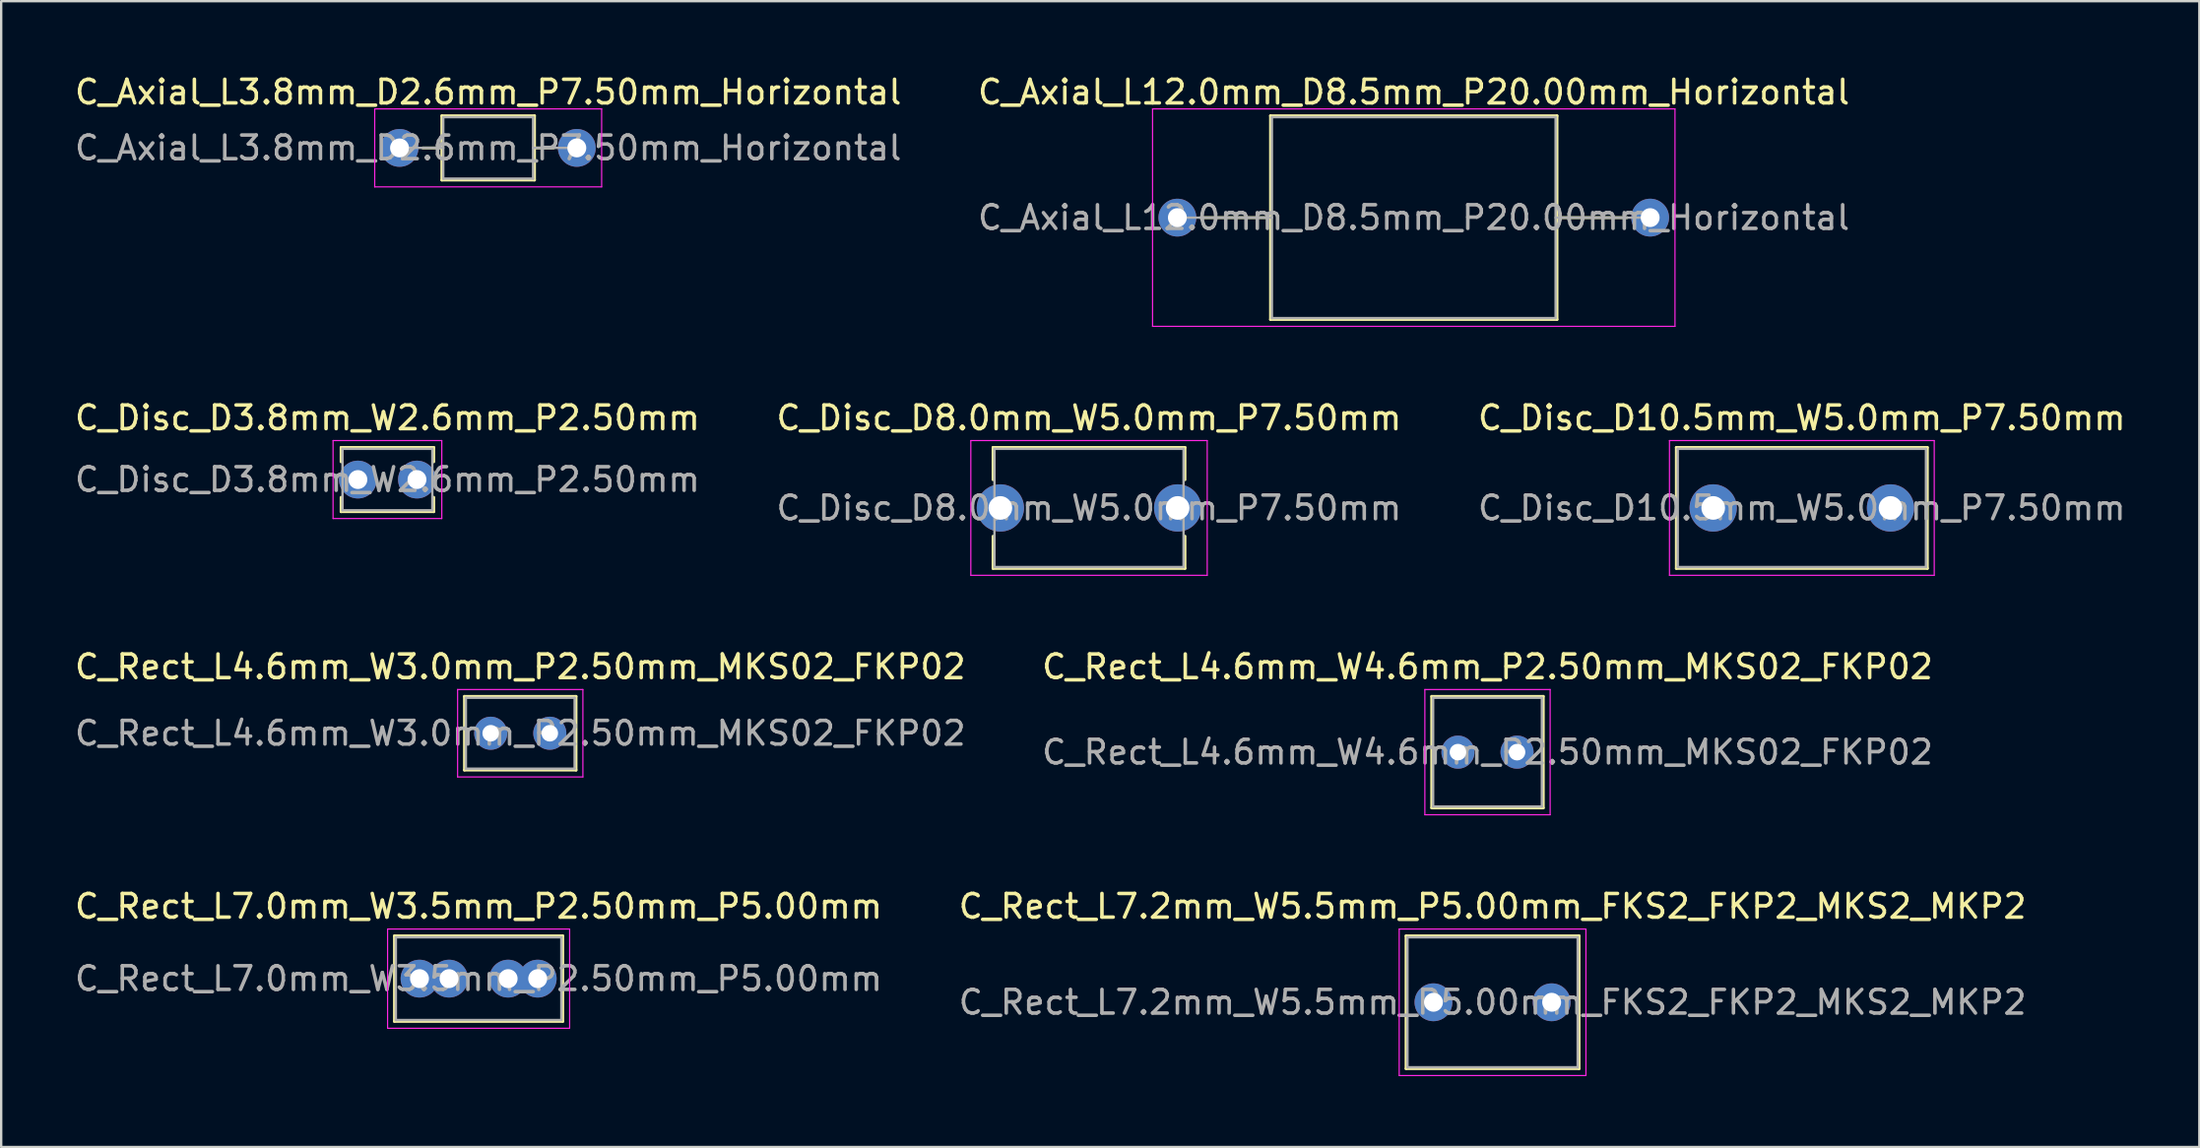
<source format=kicad_pcb>
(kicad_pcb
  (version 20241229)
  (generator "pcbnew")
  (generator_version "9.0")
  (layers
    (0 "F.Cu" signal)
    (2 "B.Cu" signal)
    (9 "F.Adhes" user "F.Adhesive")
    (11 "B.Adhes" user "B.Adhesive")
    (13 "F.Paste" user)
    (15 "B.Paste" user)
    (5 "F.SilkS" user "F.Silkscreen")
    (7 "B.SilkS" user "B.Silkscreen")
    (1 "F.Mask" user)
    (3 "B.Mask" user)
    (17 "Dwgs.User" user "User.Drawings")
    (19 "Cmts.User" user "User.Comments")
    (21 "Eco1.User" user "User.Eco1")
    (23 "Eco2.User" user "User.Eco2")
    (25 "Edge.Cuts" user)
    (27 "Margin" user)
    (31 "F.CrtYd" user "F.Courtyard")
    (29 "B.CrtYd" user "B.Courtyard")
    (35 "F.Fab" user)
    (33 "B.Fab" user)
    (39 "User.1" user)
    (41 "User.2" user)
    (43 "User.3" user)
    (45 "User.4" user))
  (footprint "C_Axial_L12.0mm_D8.5mm_P20.00mm_Horizontal"
    (layer "F.Cu")
    (at 46.756 6.158)
    (property "Reference" "C_Axial_L12.0mm_D8.5mm_P20.00mm_Horizontal" (at 10 -5.31 0) (layer "F.SilkS") (effects (font (size 1 1) (thickness 0.15))))
    (attr through_hole)
    (fp_line (start 0.98 0) (end 3.94 0) (stroke (width 0.12) (type solid)) (layer "F.SilkS"))
    (fp_line (start 3.94 -4.31) (end 3.94 4.31) (stroke (width 0.12) (type solid)) (layer "F.SilkS"))
    (fp_line (start 3.94 4.31) (end 16.06 4.31) (stroke (width 0.12) (type solid)) (layer "F.SilkS"))
    (fp_line (start 16.06 -4.31) (end 3.94 -4.31) (stroke (width 0.12) (type solid)) (layer "F.SilkS"))
    (fp_line (start 16.06 4.31) (end 16.06 -4.31) (stroke (width 0.12) (type solid)) (layer "F.SilkS"))
    (fp_line (start 19.02 0) (end 16.06 0) (stroke (width 0.12) (type solid)) (layer "F.SilkS"))
    (fp_line (start -1.05 -4.6) (end -1.05 4.6) (stroke (width 0.05) (type solid)) (layer "F.CrtYd"))
    (fp_line (start -1.05 4.6) (end 21.05 4.6) (stroke (width 0.05) (type solid)) (layer "F.CrtYd"))
    (fp_line (start 21.05 -4.6) (end -1.05 -4.6) (stroke (width 0.05) (type solid)) (layer "F.CrtYd"))
    (fp_line (start 21.05 4.6) (end 21.05 -4.6) (stroke (width 0.05) (type solid)) (layer "F.CrtYd"))
    (fp_line (start 0 0) (end 4 0) (stroke (width 0.1) (type solid)) (layer "F.Fab"))
    (fp_line (start 4 -4.25) (end 4 4.25) (stroke (width 0.1) (type solid)) (layer "F.Fab"))
    (fp_line (start 4 4.25) (end 16 4.25) (stroke (width 0.1) (type solid)) (layer "F.Fab"))
    (fp_line (start 16 -4.25) (end 4 -4.25) (stroke (width 0.1) (type solid)) (layer "F.Fab"))
    (fp_line (start 16 4.25) (end 16 -4.25) (stroke (width 0.1) (type solid)) (layer "F.Fab"))
    (fp_line (start 20 0) (end 16 0) (stroke (width 0.1) (type solid)) (layer "F.Fab"))
    (fp_text user "${REFERENCE}" (at 10 0 0) (layer "F.Fab") (effects (font (size 1 1) (thickness 0.15))))
    (pad "1" thru_hole circle (at 0 0) (size 1.6 1.6) (drill 0.8) (layers "*.Cu" "*.Mask"))
    (pad "2" thru_hole oval (at 20 0) (size 1.6 1.6) (drill 0.8) (layers "*.Cu" "*.Mask")))
  (footprint "C_Rect_L4.6mm_W3.0mm_P2.50mm_MKS02_FKP02"
    (layer "F.Cu")
    (at 17.708 27.975)
    (property "Reference" "C_Rect_L4.6mm_W3.0mm_P2.50mm_MKS02_FKP02" (at 1.25 -2.81 0) (layer "F.SilkS") (effects (font (size 1 1) (thickness 0.15))))
    (attr through_hole)
    (fp_line (start -1.11 -1.56) (end -1.11 1.56) (stroke (width 0.12) (type solid)) (layer "F.SilkS"))
    (fp_line (start -1.11 -1.56) (end 3.61 -1.56) (stroke (width 0.12) (type solid)) (layer "F.SilkS"))
    (fp_line (start -1.11 1.56) (end 3.61 1.56) (stroke (width 0.12) (type solid)) (layer "F.SilkS"))
    (fp_line (start 3.61 -1.56) (end 3.61 1.56) (stroke (width 0.12) (type solid)) (layer "F.SilkS"))
    (fp_line (start -1.4 -1.85) (end -1.4 1.85) (stroke (width 0.05) (type solid)) (layer "F.CrtYd"))
    (fp_line (start -1.4 1.85) (end 3.9 1.85) (stroke (width 0.05) (type solid)) (layer "F.CrtYd"))
    (fp_line (start 3.9 -1.85) (end -1.4 -1.85) (stroke (width 0.05) (type solid)) (layer "F.CrtYd"))
    (fp_line (start 3.9 1.85) (end 3.9 -1.85) (stroke (width 0.05) (type solid)) (layer "F.CrtYd"))
    (fp_line (start -1.05 -1.5) (end -1.05 1.5) (stroke (width 0.1) (type solid)) (layer "F.Fab"))
    (fp_line (start -1.05 1.5) (end 3.55 1.5) (stroke (width 0.1) (type solid)) (layer "F.Fab"))
    (fp_line (start 3.55 -1.5) (end -1.05 -1.5) (stroke (width 0.1) (type solid)) (layer "F.Fab"))
    (fp_line (start 3.55 1.5) (end 3.55 -1.5) (stroke (width 0.1) (type solid)) (layer "F.Fab"))
    (fp_text user "${REFERENCE}" (at 1.25 0 0) (layer "F.Fab") (effects (font (size 1 1) (thickness 0.15))))
    (pad "1" thru_hole circle (at 0 0) (size 1.4 1.4) (drill 0.7) (layers "*.Cu" "*.Mask"))
    (pad "2" thru_hole circle (at 2.5 0) (size 1.4 1.4) (drill 0.7) (layers "*.Cu" "*.Mask")))
  (footprint "C_Rect_L7.2mm_W5.5mm_P5.00mm_FKS2_FKP2_MKS2_MKP2"
    (layer "F.Cu")
    (at 57.589 39.358)
    (property "Reference" "C_Rect_L7.2mm_W5.5mm_P5.00mm_FKS2_FKP2_MKS2_MKP2" (at 2.5 -4.06 0) (layer "F.SilkS") (effects (font (size 1 1) (thickness 0.15))))
    (attr through_hole)
    (fp_line (start -1.16 -2.81) (end -1.16 2.81) (stroke (width 0.12) (type solid)) (layer "F.SilkS"))
    (fp_line (start -1.16 -2.81) (end 6.16 -2.81) (stroke (width 0.12) (type solid)) (layer "F.SilkS"))
    (fp_line (start -1.16 2.81) (end 6.16 2.81) (stroke (width 0.12) (type solid)) (layer "F.SilkS"))
    (fp_line (start 6.16 -2.81) (end 6.16 2.81) (stroke (width 0.12) (type solid)) (layer "F.SilkS"))
    (fp_line (start -1.45 -3.1) (end -1.45 3.1) (stroke (width 0.05) (type solid)) (layer "F.CrtYd"))
    (fp_line (start -1.45 3.1) (end 6.45 3.1) (stroke (width 0.05) (type solid)) (layer "F.CrtYd"))
    (fp_line (start 6.45 -3.1) (end -1.45 -3.1) (stroke (width 0.05) (type solid)) (layer "F.CrtYd"))
    (fp_line (start 6.45 3.1) (end 6.45 -3.1) (stroke (width 0.05) (type solid)) (layer "F.CrtYd"))
    (fp_line (start -1.1 -2.75) (end -1.1 2.75) (stroke (width 0.1) (type solid)) (layer "F.Fab"))
    (fp_line (start -1.1 2.75) (end 6.1 2.75) (stroke (width 0.1) (type solid)) (layer "F.Fab"))
    (fp_line (start 6.1 -2.75) (end -1.1 -2.75) (stroke (width 0.1) (type solid)) (layer "F.Fab"))
    (fp_line (start 6.1 2.75) (end 6.1 -2.75) (stroke (width 0.1) (type solid)) (layer "F.Fab"))
    (fp_text user "${REFERENCE}" (at 2.5 0 0) (layer "F.Fab") (effects (font (size 1 1) (thickness 0.15))))
    (pad "1" thru_hole circle (at 0 0) (size 1.6 1.6) (drill 0.8) (layers "*.Cu" "*.Mask"))
    (pad "2" thru_hole circle (at 5 0) (size 1.6 1.6) (drill 0.8) (layers "*.Cu" "*.Mask")))
  (footprint "C_Disc_D3.8mm_W2.6mm_P2.50mm"
    (layer "F.Cu")
    (at 12.089 17.241)
    (property "Reference" "C_Disc_D3.8mm_W2.6mm_P2.50mm" (at 1.25 -2.61 0) (layer "F.SilkS") (effects (font (size 1 1) (thickness 0.15))))
    (attr through_hole)
    (fp_line (start -0.71 -1.36) (end -0.71 -0.75) (stroke (width 0.12) (type solid)) (layer "F.SilkS"))
    (fp_line (start -0.71 -1.36) (end 3.21 -1.36) (stroke (width 0.12) (type solid)) (layer "F.SilkS"))
    (fp_line (start -0.71 0.75) (end -0.71 1.36) (stroke (width 0.12) (type solid)) (layer "F.SilkS"))
    (fp_line (start -0.71 1.36) (end 3.21 1.36) (stroke (width 0.12) (type solid)) (layer "F.SilkS"))
    (fp_line (start 3.21 -1.36) (end 3.21 -0.75) (stroke (width 0.12) (type solid)) (layer "F.SilkS"))
    (fp_line (start 3.21 0.75) (end 3.21 1.36) (stroke (width 0.12) (type solid)) (layer "F.SilkS"))
    (fp_line (start -1.05 -1.65) (end -1.05 1.65) (stroke (width 0.05) (type solid)) (layer "F.CrtYd"))
    (fp_line (start -1.05 1.65) (end 3.55 1.65) (stroke (width 0.05) (type solid)) (layer "F.CrtYd"))
    (fp_line (start 3.55 -1.65) (end -1.05 -1.65) (stroke (width 0.05) (type solid)) (layer "F.CrtYd"))
    (fp_line (start 3.55 1.65) (end 3.55 -1.65) (stroke (width 0.05) (type solid)) (layer "F.CrtYd"))
    (fp_line (start -0.65 -1.3) (end -0.65 1.3) (stroke (width 0.1) (type solid)) (layer "F.Fab"))
    (fp_line (start -0.65 1.3) (end 3.15 1.3) (stroke (width 0.1) (type solid)) (layer "F.Fab"))
    (fp_line (start 3.15 -1.3) (end -0.65 -1.3) (stroke (width 0.1) (type solid)) (layer "F.Fab"))
    (fp_line (start 3.15 1.3) (end 3.15 -1.3) (stroke (width 0.1) (type solid)) (layer "F.Fab"))
    (fp_text user "${REFERENCE}" (at 1.25 0 0) (layer "F.Fab") (effects (font (size 1 1) (thickness 0.15))))
    (pad "1" thru_hole circle (at 0 0) (size 1.6 1.6) (drill 0.8) (layers "*.Cu" "*.Mask"))
    (pad "2" thru_hole circle (at 2.5 0) (size 1.6 1.6) (drill 0.8) (layers "*.Cu" "*.Mask")))
  (footprint "C_Rect_L4.6mm_W4.6mm_P2.50mm_MKS02_FKP02"
    (layer "F.Cu")
    (at 58.625 28.775)
    (property "Reference" "C_Rect_L4.6mm_W4.6mm_P2.50mm_MKS02_FKP02" (at 1.25 -3.61 0) (layer "F.SilkS") (effects (font (size 1 1) (thickness 0.15))))
    (attr through_hole)
    (fp_line (start -1.11 -2.36) (end -1.11 2.36) (stroke (width 0.12) (type solid)) (layer "F.SilkS"))
    (fp_line (start -1.11 -2.36) (end 3.61 -2.36) (stroke (width 0.12) (type solid)) (layer "F.SilkS"))
    (fp_line (start -1.11 2.36) (end 3.61 2.36) (stroke (width 0.12) (type solid)) (layer "F.SilkS"))
    (fp_line (start 3.61 -2.36) (end 3.61 2.36) (stroke (width 0.12) (type solid)) (layer "F.SilkS"))
    (fp_line (start -1.4 -2.65) (end -1.4 2.65) (stroke (width 0.05) (type solid)) (layer "F.CrtYd"))
    (fp_line (start -1.4 2.65) (end 3.9 2.65) (stroke (width 0.05) (type solid)) (layer "F.CrtYd"))
    (fp_line (start 3.9 -2.65) (end -1.4 -2.65) (stroke (width 0.05) (type solid)) (layer "F.CrtYd"))
    (fp_line (start 3.9 2.65) (end 3.9 -2.65) (stroke (width 0.05) (type solid)) (layer "F.CrtYd"))
    (fp_line (start -1.05 -2.3) (end -1.05 2.3) (stroke (width 0.1) (type solid)) (layer "F.Fab"))
    (fp_line (start -1.05 2.3) (end 3.55 2.3) (stroke (width 0.1) (type solid)) (layer "F.Fab"))
    (fp_line (start 3.55 -2.3) (end -1.05 -2.3) (stroke (width 0.1) (type solid)) (layer "F.Fab"))
    (fp_line (start 3.55 2.3) (end 3.55 -2.3) (stroke (width 0.1) (type solid)) (layer "F.Fab"))
    (fp_text user "${REFERENCE}" (at 1.25 0 0) (layer "F.Fab") (effects (font (size 1 1) (thickness 0.15))))
    (pad "1" thru_hole circle (at 0 0) (size 1.4 1.4) (drill 0.7) (layers "*.Cu" "*.Mask"))
    (pad "2" thru_hole circle (at 2.5 0) (size 1.4 1.4) (drill 0.7) (layers "*.Cu" "*.Mask")))
  (footprint "C_Disc_D8.0mm_W5.0mm_P7.50mm"
    (layer "F.Cu")
    (at 39.268 18.442)
    (property "Reference" "C_Disc_D8.0mm_W5.0mm_P7.50mm" (at 3.75 -3.81 0) (layer "F.SilkS") (effects (font (size 1 1) (thickness 0.15))))
    (attr through_hole)
    (fp_line (start -0.31 -2.56) (end -0.31 -1.195) (stroke (width 0.12) (type solid)) (layer "F.SilkS"))
    (fp_line (start -0.31 -2.56) (end 7.81 -2.56) (stroke (width 0.12) (type solid)) (layer "F.SilkS"))
    (fp_line (start -0.31 1.195) (end -0.31 2.56) (stroke (width 0.12) (type solid)) (layer "F.SilkS"))
    (fp_line (start -0.31 2.56) (end 7.81 2.56) (stroke (width 0.12) (type solid)) (layer "F.SilkS"))
    (fp_line (start 7.81 -2.56) (end 7.81 -1.195) (stroke (width 0.12) (type solid)) (layer "F.SilkS"))
    (fp_line (start 7.81 1.195) (end 7.81 2.56) (stroke (width 0.12) (type solid)) (layer "F.SilkS"))
    (fp_line (start -1.25 -2.85) (end -1.25 2.85) (stroke (width 0.05) (type solid)) (layer "F.CrtYd"))
    (fp_line (start -1.25 2.85) (end 8.75 2.85) (stroke (width 0.05) (type solid)) (layer "F.CrtYd"))
    (fp_line (start 8.75 -2.85) (end -1.25 -2.85) (stroke (width 0.05) (type solid)) (layer "F.CrtYd"))
    (fp_line (start 8.75 2.85) (end 8.75 -2.85) (stroke (width 0.05) (type solid)) (layer "F.CrtYd"))
    (fp_line (start -0.25 -2.5) (end -0.25 2.5) (stroke (width 0.1) (type solid)) (layer "F.Fab"))
    (fp_line (start -0.25 2.5) (end 7.75 2.5) (stroke (width 0.1) (type solid)) (layer "F.Fab"))
    (fp_line (start 7.75 -2.5) (end -0.25 -2.5) (stroke (width 0.1) (type solid)) (layer "F.Fab"))
    (fp_line (start 7.75 2.5) (end 7.75 -2.5) (stroke (width 0.1) (type solid)) (layer "F.Fab"))
    (fp_text user "${REFERENCE}" (at 3.75 0 0) (layer "F.Fab") (effects (font (size 1 1) (thickness 0.15))))
    (pad "1" thru_hole circle (at 0 0) (size 2 2) (drill 1) (layers "*.Cu" "*.Mask"))
    (pad "2" thru_hole circle (at 7.5 0) (size 2 2) (drill 1) (layers "*.Cu" "*.Mask")))
  (footprint "C_Axial_L3.8mm_D2.6mm_P7.50mm_Horizontal"
    (layer "F.Cu")
    (at 13.851 3.208)
    (property "Reference" "C_Axial_L3.8mm_D2.6mm_P7.50mm_Horizontal" (at 3.75 -2.36 0) (layer "F.SilkS") (effects (font (size 1 1) (thickness 0.15))))
    (attr through_hole)
    (fp_line (start 0.98 0) (end 1.79 0) (stroke (width 0.12) (type solid)) (layer "F.SilkS"))
    (fp_line (start 1.79 -1.36) (end 1.79 1.36) (stroke (width 0.12) (type solid)) (layer "F.SilkS"))
    (fp_line (start 1.79 1.36) (end 5.71 1.36) (stroke (width 0.12) (type solid)) (layer "F.SilkS"))
    (fp_line (start 5.71 -1.36) (end 1.79 -1.36) (stroke (width 0.12) (type solid)) (layer "F.SilkS"))
    (fp_line (start 5.71 1.36) (end 5.71 -1.36) (stroke (width 0.12) (type solid)) (layer "F.SilkS"))
    (fp_line (start 6.52 0) (end 5.71 0) (stroke (width 0.12) (type solid)) (layer "F.SilkS"))
    (fp_line (start -1.05 -1.65) (end -1.05 1.65) (stroke (width 0.05) (type solid)) (layer "F.CrtYd"))
    (fp_line (start -1.05 1.65) (end 8.55 1.65) (stroke (width 0.05) (type solid)) (layer "F.CrtYd"))
    (fp_line (start 8.55 -1.65) (end -1.05 -1.65) (stroke (width 0.05) (type solid)) (layer "F.CrtYd"))
    (fp_line (start 8.55 1.65) (end 8.55 -1.65) (stroke (width 0.05) (type solid)) (layer "F.CrtYd"))
    (fp_line (start 0 0) (end 1.85 0) (stroke (width 0.1) (type solid)) (layer "F.Fab"))
    (fp_line (start 1.85 -1.3) (end 1.85 1.3) (stroke (width 0.1) (type solid)) (layer "F.Fab"))
    (fp_line (start 1.85 1.3) (end 5.65 1.3) (stroke (width 0.1) (type solid)) (layer "F.Fab"))
    (fp_line (start 5.65 -1.3) (end 1.85 -1.3) (stroke (width 0.1) (type solid)) (layer "F.Fab"))
    (fp_line (start 5.65 1.3) (end 5.65 -1.3) (stroke (width 0.1) (type solid)) (layer "F.Fab"))
    (fp_line (start 7.5 0) (end 5.65 0) (stroke (width 0.1) (type solid)) (layer "F.Fab"))
    (fp_text user "${REFERENCE}" (at 3.75 0 0) (layer "F.Fab") (effects (font (size 1 1) (thickness 0.15))))
    (pad "1" thru_hole circle (at 0 0) (size 1.6 1.6) (drill 0.8) (layers "*.Cu" "*.Mask"))
    (pad "2" thru_hole oval (at 7.5 0) (size 1.6 1.6) (drill 0.8) (layers "*.Cu" "*.Mask")))
  (footprint "C_Disc_D10.5mm_W5.0mm_P7.50mm"
    (layer "F.Cu")
    (at 69.423 18.442)
    (property "Reference" "C_Disc_D10.5mm_W5.0mm_P7.50mm" (at 3.75 -3.81 0) (layer "F.SilkS") (effects (font (size 1 1) (thickness 0.15))))
    (attr through_hole)
    (fp_line (start -1.56 -2.56) (end -1.56 2.56) (stroke (width 0.12) (type solid)) (layer "F.SilkS"))
    (fp_line (start -1.56 -2.56) (end 9.06 -2.56) (stroke (width 0.12) (type solid)) (layer "F.SilkS"))
    (fp_line (start -1.56 2.56) (end 9.06 2.56) (stroke (width 0.12) (type solid)) (layer "F.SilkS"))
    (fp_line (start 9.06 -2.56) (end 9.06 2.56) (stroke (width 0.12) (type solid)) (layer "F.SilkS"))
    (fp_line (start -1.85 -2.85) (end -1.85 2.85) (stroke (width 0.05) (type solid)) (layer "F.CrtYd"))
    (fp_line (start -1.85 2.85) (end 9.35 2.85) (stroke (width 0.05) (type solid)) (layer "F.CrtYd"))
    (fp_line (start 9.35 -2.85) (end -1.85 -2.85) (stroke (width 0.05) (type solid)) (layer "F.CrtYd"))
    (fp_line (start 9.35 2.85) (end 9.35 -2.85) (stroke (width 0.05) (type solid)) (layer "F.CrtYd"))
    (fp_line (start -1.5 -2.5) (end -1.5 2.5) (stroke (width 0.1) (type solid)) (layer "F.Fab"))
    (fp_line (start -1.5 2.5) (end 9 2.5) (stroke (width 0.1) (type solid)) (layer "F.Fab"))
    (fp_line (start 9 -2.5) (end -1.5 -2.5) (stroke (width 0.1) (type solid)) (layer "F.Fab"))
    (fp_line (start 9 2.5) (end 9 -2.5) (stroke (width 0.1) (type solid)) (layer "F.Fab"))
    (fp_text user "${REFERENCE}" (at 3.75 0 0) (layer "F.Fab") (effects (font (size 1 1) (thickness 0.15))))
    (pad "1" thru_hole circle (at 0 0) (size 2 2) (drill 1) (layers "*.Cu" "*.Mask"))
    (pad "2" thru_hole circle (at 7.5 0) (size 2 2) (drill 1) (layers "*.Cu" "*.Mask")))
  (footprint "C_Rect_L7.0mm_W3.5mm_P2.50mm_P5.00mm"
    (layer "F.Cu")
    (at 14.696 38.358)
    (property "Reference" "C_Rect_L7.0mm_W3.5mm_P2.50mm_P5.00mm" (at 2.5 -3.06 0) (layer "F.SilkS") (effects (font (size 1 1) (thickness 0.15))))
    (attr through_hole)
    (fp_line (start -1.06 -1.81) (end -1.06 1.81) (stroke (width 0.12) (type solid)) (layer "F.SilkS"))
    (fp_line (start -1.06 -1.81) (end 6.06 -1.81) (stroke (width 0.12) (type solid)) (layer "F.SilkS"))
    (fp_line (start -1.06 1.81) (end 6.06 1.81) (stroke (width 0.12) (type solid)) (layer "F.SilkS"))
    (fp_line (start 6.06 -1.81) (end 6.06 1.81) (stroke (width 0.12) (type solid)) (layer "F.SilkS"))
    (fp_line (start -1.35 -2.1) (end -1.35 2.1) (stroke (width 0.05) (type solid)) (layer "F.CrtYd"))
    (fp_line (start -1.35 2.1) (end 6.35 2.1) (stroke (width 0.05) (type solid)) (layer "F.CrtYd"))
    (fp_line (start 6.35 -2.1) (end -1.35 -2.1) (stroke (width 0.05) (type solid)) (layer "F.CrtYd"))
    (fp_line (start 6.35 2.1) (end 6.35 -2.1) (stroke (width 0.05) (type solid)) (layer "F.CrtYd"))
    (fp_line (start -1 -1.75) (end -1 1.75) (stroke (width 0.1) (type solid)) (layer "F.Fab"))
    (fp_line (start -1 1.75) (end 6 1.75) (stroke (width 0.1) (type solid)) (layer "F.Fab"))
    (fp_line (start 6 -1.75) (end -1 -1.75) (stroke (width 0.1) (type solid)) (layer "F.Fab"))
    (fp_line (start 6 1.75) (end 6 -1.75) (stroke (width 0.1) (type solid)) (layer "F.Fab"))
    (fp_text user "${REFERENCE}" (at 2.5 0 0) (layer "F.Fab") (effects (font (size 1 1) (thickness 0.15))))
    (pad "1" thru_hole circle (at 0 0) (size 1.6 1.6) (drill 0.8) (layers "*.Cu" "*.Mask"))
    (pad "1" thru_hole circle (at 1.25 0) (size 1.6 1.6) (drill 0.8) (layers "*.Cu" "*.Mask"))
    (pad "2" thru_hole circle (at 3.75 0) (size 1.6 1.6) (drill 0.8) (layers "*.Cu" "*.Mask"))
    (pad "2" thru_hole circle (at 5 0) (size 1.6 1.6) (drill 0.8) (layers "*.Cu" "*.Mask")))
  (gr_rect
    (start -3 -3)
    (end 89.988 45.483)
    (stroke (width 0.1) (type default))
    (fill no)
    (layer "Edge.Cuts")))
</source>
